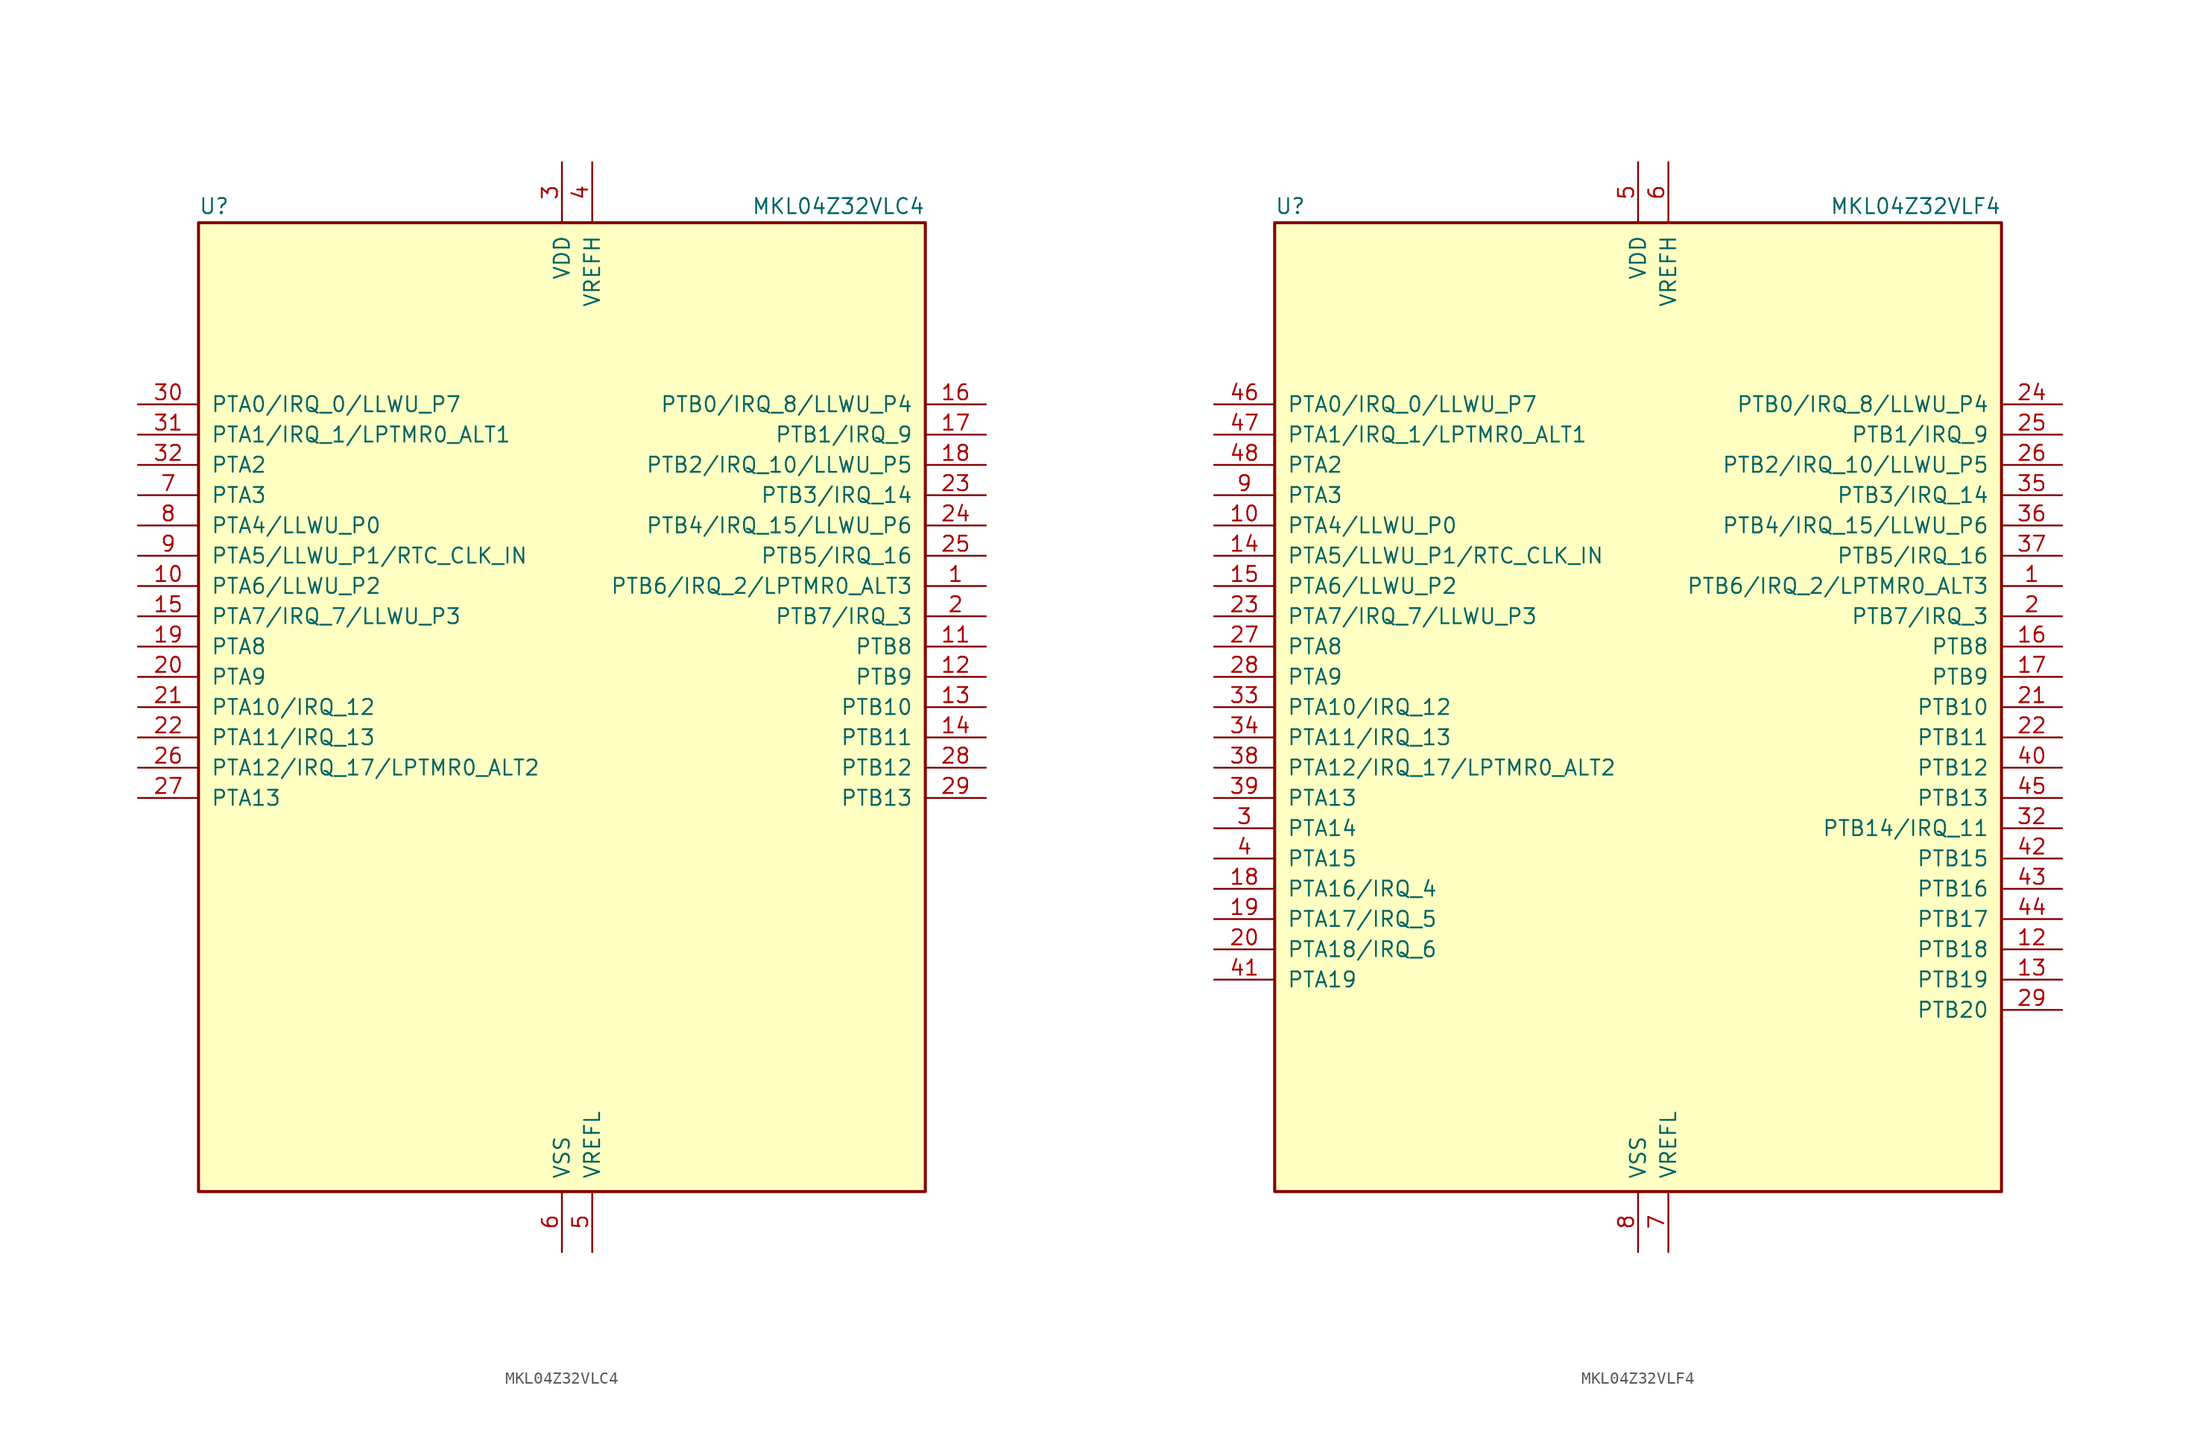
<source format=kicad_sym>
(kicad_symbol_lib
  (version 20231120)
  (generator "kicad_symbol_editor")
  (generator_version "8.0")
  (symbol "MKL04Z32VLC4"
    (pin_names
      (offset 1.016))
    (property "Reference" "U"
      (at -30.48 41.275 0)
      (effects (font (size 1.27 1.27)) (justify left bottom)))
    (property "Value" "MKL04Z32VLC4"
      (at 30.48 41.275 0)
      (effects (font (size 1.27 1.27)) (justify right bottom)))
    (symbol "MKL04Z32VLC4_0_1"
      (rectangle (start -30.48 40.64) (end 30.48 -40.64) (stroke (width 0.254) (type default)) (fill (type background))))
    (symbol "MKL04Z32VLC4_1_1"
      (pin bidirectional line (at 35.56 10.16 180) (length 5.08) (name "PTB6/IRQ_2/LPTMR0_ALT3" (effects (font (size 1.27 1.27)))) (number "1" (effects (font (size 1.27 1.27)))))
      (pin bidirectional line (at -35.56 10.16 0) (length 5.08) (name "PTA6/LLWU_P2" (effects (font (size 1.27 1.27)))) (number "10" (effects (font (size 1.27 1.27)))))
      (pin bidirectional line (at 35.56 5.08 180) (length 5.08) (name "PTB8" (effects (font (size 1.27 1.27)))) (number "11" (effects (font (size 1.27 1.27)))))
      (pin bidirectional line (at 35.56 2.54 180) (length 5.08) (name "PTB9" (effects (font (size 1.27 1.27)))) (number "12" (effects (font (size 1.27 1.27)))))
      (pin bidirectional line (at 35.56 0 180) (length 5.08) (name "PTB10" (effects (font (size 1.27 1.27)))) (number "13" (effects (font (size 1.27 1.27)))))
      (pin bidirectional line (at 35.56 -2.54 180) (length 5.08) (name "PTB11" (effects (font (size 1.27 1.27)))) (number "14" (effects (font (size 1.27 1.27)))))
      (pin bidirectional line (at -35.56 7.62 0) (length 5.08) (name "PTA7/IRQ_7/LLWU_P3" (effects (font (size 1.27 1.27)))) (number "15" (effects (font (size 1.27 1.27)))))
      (pin bidirectional line (at 35.56 25.4 180) (length 5.08) (name "PTB0/IRQ_8/LLWU_P4" (effects (font (size 1.27 1.27)))) (number "16" (effects (font (size 1.27 1.27)))))
      (pin bidirectional line (at 35.56 22.86 180) (length 5.08) (name "PTB1/IRQ_9" (effects (font (size 1.27 1.27)))) (number "17" (effects (font (size 1.27 1.27)))))
      (pin bidirectional line (at 35.56 20.32 180) (length 5.08) (name "PTB2/IRQ_10/LLWU_P5" (effects (font (size 1.27 1.27)))) (number "18" (effects (font (size 1.27 1.27)))))
      (pin bidirectional line (at -35.56 5.08 0) (length 5.08) (name "PTA8" (effects (font (size 1.27 1.27)))) (number "19" (effects (font (size 1.27 1.27)))))
      (pin bidirectional line (at 35.56 7.62 180) (length 5.08) (name "PTB7/IRQ_3" (effects (font (size 1.27 1.27)))) (number "2" (effects (font (size 1.27 1.27)))))
      (pin bidirectional line (at -35.56 2.54 0) (length 5.08) (name "PTA9" (effects (font (size 1.27 1.27)))) (number "20" (effects (font (size 1.27 1.27)))))
      (pin bidirectional line (at -35.56 0 0) (length 5.08) (name "PTA10/IRQ_12" (effects (font (size 1.27 1.27)))) (number "21" (effects (font (size 1.27 1.27)))))
      (pin bidirectional line (at -35.56 -2.54 0) (length 5.08) (name "PTA11/IRQ_13" (effects (font (size 1.27 1.27)))) (number "22" (effects (font (size 1.27 1.27)))))
      (pin bidirectional line (at 35.56 17.78 180) (length 5.08) (name "PTB3/IRQ_14" (effects (font (size 1.27 1.27)))) (number "23" (effects (font (size 1.27 1.27)))))
      (pin bidirectional line (at 35.56 15.24 180) (length 5.08) (name "PTB4/IRQ_15/LLWU_P6" (effects (font (size 1.27 1.27)))) (number "24" (effects (font (size 1.27 1.27)))))
      (pin bidirectional line (at 35.56 12.7 180) (length 5.08) (name "PTB5/IRQ_16" (effects (font (size 1.27 1.27)))) (number "25" (effects (font (size 1.27 1.27)))))
      (pin bidirectional line (at -35.56 -5.08 0) (length 5.08) (name "PTA12/IRQ_17/LPTMR0_ALT2" (effects (font (size 1.27 1.27)))) (number "26" (effects (font (size 1.27 1.27)))))
      (pin bidirectional line (at -35.56 -7.62 0) (length 5.08) (name "PTA13" (effects (font (size 1.27 1.27)))) (number "27" (effects (font (size 1.27 1.27)))))
      (pin bidirectional line (at 35.56 -5.08 180) (length 5.08) (name "PTB12" (effects (font (size 1.27 1.27)))) (number "28" (effects (font (size 1.27 1.27)))))
      (pin bidirectional line (at 35.56 -7.62 180) (length 5.08) (name "PTB13" (effects (font (size 1.27 1.27)))) (number "29" (effects (font (size 1.27 1.27)))))
      (pin power_in line (at 0 45.72 270) (length 5.08) (name "VDD" (effects (font (size 1.27 1.27)))) (number "3" (effects (font (size 1.27 1.27)))))
      (pin bidirectional line (at -35.56 25.4 0) (length 5.08) (name "PTA0/IRQ_0/LLWU_P7" (effects (font (size 1.27 1.27)))) (number "30" (effects (font (size 1.27 1.27)))))
      (pin bidirectional line (at -35.56 22.86 0) (length 5.08) (name "PTA1/IRQ_1/LPTMR0_ALT1" (effects (font (size 1.27 1.27)))) (number "31" (effects (font (size 1.27 1.27)))))
      (pin bidirectional line (at -35.56 20.32 0) (length 5.08) (name "PTA2" (effects (font (size 1.27 1.27)))) (number "32" (effects (font (size 1.27 1.27)))))
      (pin power_in line (at 2.54 45.72 270) (length 5.08) (name "VREFH" (effects (font (size 1.27 1.27)))) (number "4" (effects (font (size 1.27 1.27)))))
      (pin power_in line (at 2.54 -45.72 90) (length 5.08) (name "VREFL" (effects (font (size 1.27 1.27)))) (number "5" (effects (font (size 1.27 1.27)))))
      (pin power_in line (at 0 -45.72 90) (length 5.08) (name "VSS" (effects (font (size 1.27 1.27)))) (number "6" (effects (font (size 1.27 1.27)))))
      (pin bidirectional line (at -35.56 17.78 0) (length 5.08) (name "PTA3" (effects (font (size 1.27 1.27)))) (number "7" (effects (font (size 1.27 1.27)))))
      (pin bidirectional line (at -35.56 15.24 0) (length 5.08) (name "PTA4/LLWU_P0" (effects (font (size 1.27 1.27)))) (number "8" (effects (font (size 1.27 1.27)))))
      (pin bidirectional line (at -35.56 12.7 0) (length 5.08) (name "PTA5/LLWU_P1/RTC_CLK_IN" (effects (font (size 1.27 1.27)))) (number "9" (effects (font (size 1.27 1.27)))))))
  (symbol "MKL04Z32VLF4"
    (pin_names
      (offset 1.016))
    (property "Reference" "U"
      (at -30.48 41.275 0)
      (effects (font (size 1.27 1.27)) (justify left bottom)))
    (property "Value" "MKL04Z32VLF4"
      (at 30.48 41.275 0)
      (effects (font (size 1.27 1.27)) (justify right bottom)))
    (symbol "MKL04Z32VLF4_0_1"
      (rectangle (start -30.48 40.64) (end 30.48 -40.64) (stroke (width 0.254) (type default)) (fill (type background))))
    (symbol "MKL04Z32VLF4_1_1"
      (pin bidirectional line (at 35.56 10.16 180) (length 5.08) (name "PTB6/IRQ_2/LPTMR0_ALT3" (effects (font (size 1.27 1.27)))) (number "1" (effects (font (size 1.27 1.27)))))
      (pin bidirectional line (at -35.56 15.24 0) (length 5.08) (name "PTA4/LLWU_P0" (effects (font (size 1.27 1.27)))) (number "10" (effects (font (size 1.27 1.27)))))
      (pin passive line (at 0 -45.72 90) (length 5.08) hide (name "VSS" (effects (font (size 1.27 1.27)))) (number "11" (effects (font (size 1.27 1.27)))))
      (pin bidirectional line (at 35.56 -20.32 180) (length 5.08) (name "PTB18" (effects (font (size 1.27 1.27)))) (number "12" (effects (font (size 1.27 1.27)))))
      (pin bidirectional line (at 35.56 -22.86 180) (length 5.08) (name "PTB19" (effects (font (size 1.27 1.27)))) (number "13" (effects (font (size 1.27 1.27)))))
      (pin bidirectional line (at -35.56 12.7 0) (length 5.08) (name "PTA5/LLWU_P1/RTC_CLK_IN" (effects (font (size 1.27 1.27)))) (number "14" (effects (font (size 1.27 1.27)))))
      (pin bidirectional line (at -35.56 10.16 0) (length 5.08) (name "PTA6/LLWU_P2" (effects (font (size 1.27 1.27)))) (number "15" (effects (font (size 1.27 1.27)))))
      (pin bidirectional line (at 35.56 5.08 180) (length 5.08) (name "PTB8" (effects (font (size 1.27 1.27)))) (number "16" (effects (font (size 1.27 1.27)))))
      (pin bidirectional line (at 35.56 2.54 180) (length 5.08) (name "PTB9" (effects (font (size 1.27 1.27)))) (number "17" (effects (font (size 1.27 1.27)))))
      (pin bidirectional line (at -35.56 -15.24 0) (length 5.08) (name "PTA16/IRQ_4" (effects (font (size 1.27 1.27)))) (number "18" (effects (font (size 1.27 1.27)))))
      (pin bidirectional line (at -35.56 -17.78 0) (length 5.08) (name "PTA17/IRQ_5" (effects (font (size 1.27 1.27)))) (number "19" (effects (font (size 1.27 1.27)))))
      (pin bidirectional line (at 35.56 7.62 180) (length 5.08) (name "PTB7/IRQ_3" (effects (font (size 1.27 1.27)))) (number "2" (effects (font (size 1.27 1.27)))))
      (pin bidirectional line (at -35.56 -20.32 0) (length 5.08) (name "PTA18/IRQ_6" (effects (font (size 1.27 1.27)))) (number "20" (effects (font (size 1.27 1.27)))))
      (pin bidirectional line (at 35.56 0 180) (length 5.08) (name "PTB10" (effects (font (size 1.27 1.27)))) (number "21" (effects (font (size 1.27 1.27)))))
      (pin bidirectional line (at 35.56 -2.54 180) (length 5.08) (name "PTB11" (effects (font (size 1.27 1.27)))) (number "22" (effects (font (size 1.27 1.27)))))
      (pin bidirectional line (at -35.56 7.62 0) (length 5.08) (name "PTA7/IRQ_7/LLWU_P3" (effects (font (size 1.27 1.27)))) (number "23" (effects (font (size 1.27 1.27)))))
      (pin bidirectional line (at 35.56 25.4 180) (length 5.08) (name "PTB0/IRQ_8/LLWU_P4" (effects (font (size 1.27 1.27)))) (number "24" (effects (font (size 1.27 1.27)))))
      (pin bidirectional line (at 35.56 22.86 180) (length 5.08) (name "PTB1/IRQ_9" (effects (font (size 1.27 1.27)))) (number "25" (effects (font (size 1.27 1.27)))))
      (pin bidirectional line (at 35.56 20.32 180) (length 5.08) (name "PTB2/IRQ_10/LLWU_P5" (effects (font (size 1.27 1.27)))) (number "26" (effects (font (size 1.27 1.27)))))
      (pin bidirectional line (at -35.56 5.08 0) (length 5.08) (name "PTA8" (effects (font (size 1.27 1.27)))) (number "27" (effects (font (size 1.27 1.27)))))
      (pin bidirectional line (at -35.56 2.54 0) (length 5.08) (name "PTA9" (effects (font (size 1.27 1.27)))) (number "28" (effects (font (size 1.27 1.27)))))
      (pin bidirectional line (at 35.56 -25.4 180) (length 5.08) (name "PTB20" (effects (font (size 1.27 1.27)))) (number "29" (effects (font (size 1.27 1.27)))))
      (pin bidirectional line (at -35.56 -10.16 0) (length 5.08) (name "PTA14" (effects (font (size 1.27 1.27)))) (number "3" (effects (font (size 1.27 1.27)))))
      (pin passive line (at 0 -45.72 90) (length 5.08) hide (name "VSS" (effects (font (size 1.27 1.27)))) (number "30" (effects (font (size 1.27 1.27)))))
      (pin passive line (at 0 45.72 270) (length 5.08) hide (name "VDD" (effects (font (size 1.27 1.27)))) (number "31" (effects (font (size 1.27 1.27)))))
      (pin bidirectional line (at 35.56 -10.16 180) (length 5.08) (name "PTB14/IRQ_11" (effects (font (size 1.27 1.27)))) (number "32" (effects (font (size 1.27 1.27)))))
      (pin bidirectional line (at -35.56 0 0) (length 5.08) (name "PTA10/IRQ_12" (effects (font (size 1.27 1.27)))) (number "33" (effects (font (size 1.27 1.27)))))
      (pin bidirectional line (at -35.56 -2.54 0) (length 5.08) (name "PTA11/IRQ_13" (effects (font (size 1.27 1.27)))) (number "34" (effects (font (size 1.27 1.27)))))
      (pin bidirectional line (at 35.56 17.78 180) (length 5.08) (name "PTB3/IRQ_14" (effects (font (size 1.27 1.27)))) (number "35" (effects (font (size 1.27 1.27)))))
      (pin bidirectional line (at 35.56 15.24 180) (length 5.08) (name "PTB4/IRQ_15/LLWU_P6" (effects (font (size 1.27 1.27)))) (number "36" (effects (font (size 1.27 1.27)))))
      (pin bidirectional line (at 35.56 12.7 180) (length 5.08) (name "PTB5/IRQ_16" (effects (font (size 1.27 1.27)))) (number "37" (effects (font (size 1.27 1.27)))))
      (pin bidirectional line (at -35.56 -5.08 0) (length 5.08) (name "PTA12/IRQ_17/LPTMR0_ALT2" (effects (font (size 1.27 1.27)))) (number "38" (effects (font (size 1.27 1.27)))))
      (pin bidirectional line (at -35.56 -7.62 0) (length 5.08) (name "PTA13" (effects (font (size 1.27 1.27)))) (number "39" (effects (font (size 1.27 1.27)))))
      (pin bidirectional line (at -35.56 -12.7 0) (length 5.08) (name "PTA15" (effects (font (size 1.27 1.27)))) (number "4" (effects (font (size 1.27 1.27)))))
      (pin bidirectional line (at 35.56 -5.08 180) (length 5.08) (name "PTB12" (effects (font (size 1.27 1.27)))) (number "40" (effects (font (size 1.27 1.27)))))
      (pin bidirectional line (at -35.56 -22.86 0) (length 5.08) (name "PTA19" (effects (font (size 1.27 1.27)))) (number "41" (effects (font (size 1.27 1.27)))))
      (pin bidirectional line (at 35.56 -12.7 180) (length 5.08) (name "PTB15" (effects (font (size 1.27 1.27)))) (number "42" (effects (font (size 1.27 1.27)))))
      (pin bidirectional line (at 35.56 -15.24 180) (length 5.08) (name "PTB16" (effects (font (size 1.27 1.27)))) (number "43" (effects (font (size 1.27 1.27)))))
      (pin bidirectional line (at 35.56 -17.78 180) (length 5.08) (name "PTB17" (effects (font (size 1.27 1.27)))) (number "44" (effects (font (size 1.27 1.27)))))
      (pin bidirectional line (at 35.56 -7.62 180) (length 5.08) (name "PTB13" (effects (font (size 1.27 1.27)))) (number "45" (effects (font (size 1.27 1.27)))))
      (pin bidirectional line (at -35.56 25.4 0) (length 5.08) (name "PTA0/IRQ_0/LLWU_P7" (effects (font (size 1.27 1.27)))) (number "46" (effects (font (size 1.27 1.27)))))
      (pin bidirectional line (at -35.56 22.86 0) (length 5.08) (name "PTA1/IRQ_1/LPTMR0_ALT1" (effects (font (size 1.27 1.27)))) (number "47" (effects (font (size 1.27 1.27)))))
      (pin bidirectional line (at -35.56 20.32 0) (length 5.08) (name "PTA2" (effects (font (size 1.27 1.27)))) (number "48" (effects (font (size 1.27 1.27)))))
      (pin power_in line (at 0 45.72 270) (length 5.08) (name "VDD" (effects (font (size 1.27 1.27)))) (number "5" (effects (font (size 1.27 1.27)))))
      (pin power_in line (at 2.54 45.72 270) (length 5.08) (name "VREFH" (effects (font (size 1.27 1.27)))) (number "6" (effects (font (size 1.27 1.27)))))
      (pin power_in line (at 2.54 -45.72 90) (length 5.08) (name "VREFL" (effects (font (size 1.27 1.27)))) (number "7" (effects (font (size 1.27 1.27)))))
      (pin power_in line (at 0 -45.72 90) (length 5.08) (name "VSS" (effects (font (size 1.27 1.27)))) (number "8" (effects (font (size 1.27 1.27)))))
      (pin bidirectional line (at -35.56 17.78 0) (length 5.08) (name "PTA3" (effects (font (size 1.27 1.27)))) (number "9" (effects (font (size 1.27 1.27))))))))
</source>
